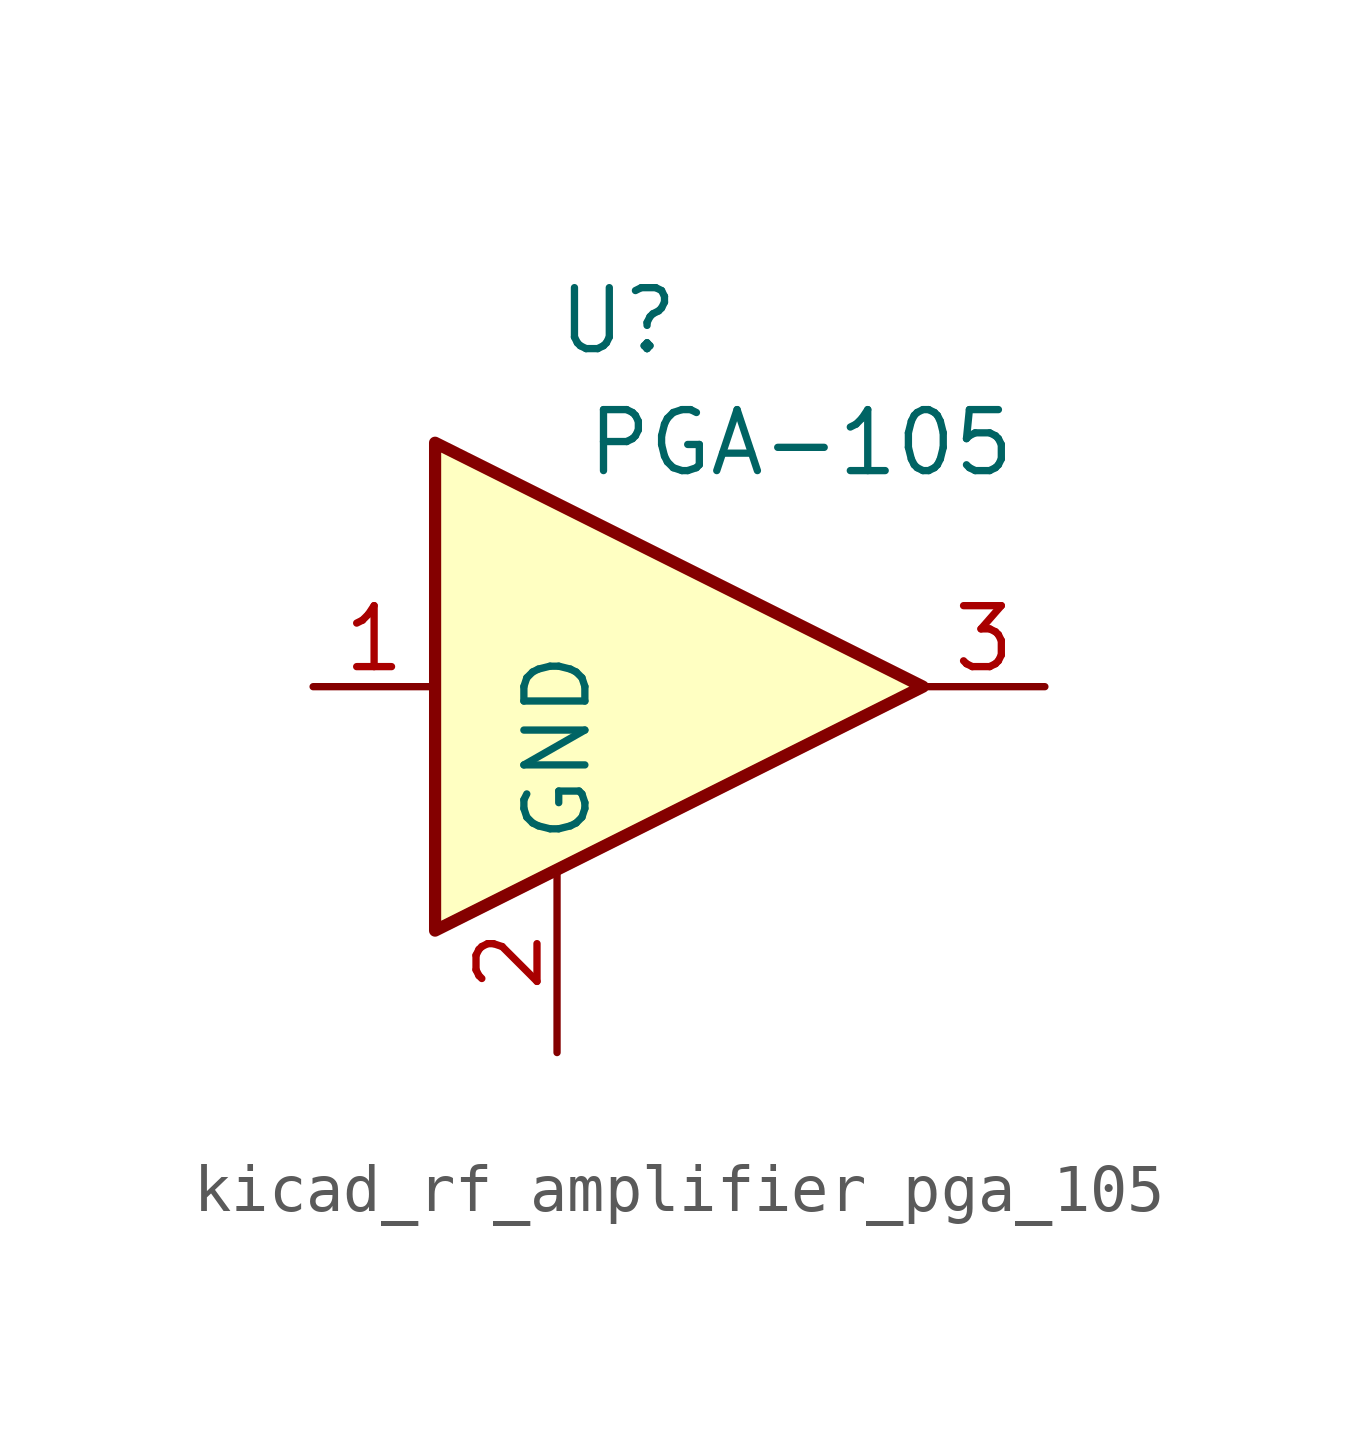
<source format=kicad_sym>
(kicad_symbol_lib
  (version 20220914)
  (generator kicad_symbol_editor)
  (symbol "kicad_rf_amplifier_pga_105"
    (property "Reference" "U"
      (at -1.27 7.62 0)
      (effects (font (size 1.27 1.27))))
    (property "Value" "PGA-105"
      (at 2.54 5.08 0)
      (effects (font (size 1.27 1.27))))
    (symbol "kicad_rf_amplifier_pga_105_0_1"
      (polyline (pts (xy 5.08 0) (xy -5.08 5.08) (xy -5.08 -5.08) (xy 5.08 0)) (stroke (width 0.254) (type default)) (fill (type background))))
    (symbol "kicad_rf_amplifier_pga_105_1_1"
      (pin input line (at -7.62 0 0) (length 2.54) (name "~" (effects (font (size 1.27 1.27)))) (number "1" (effects (font (size 1.27 1.27)))))
      (pin power_in line (at -2.54 -7.62 90) (length 3.81) (name "GND" (effects (font (size 1.27 1.27)))) (number "2" (effects (font (size 1.27 1.27)))))
      (pin output line (at 7.62 0 180) (length 2.54) (name "~" (effects (font (size 1.27 1.27)))) (number "3" (effects (font (size 1.27 1.27))))))))
</source>
